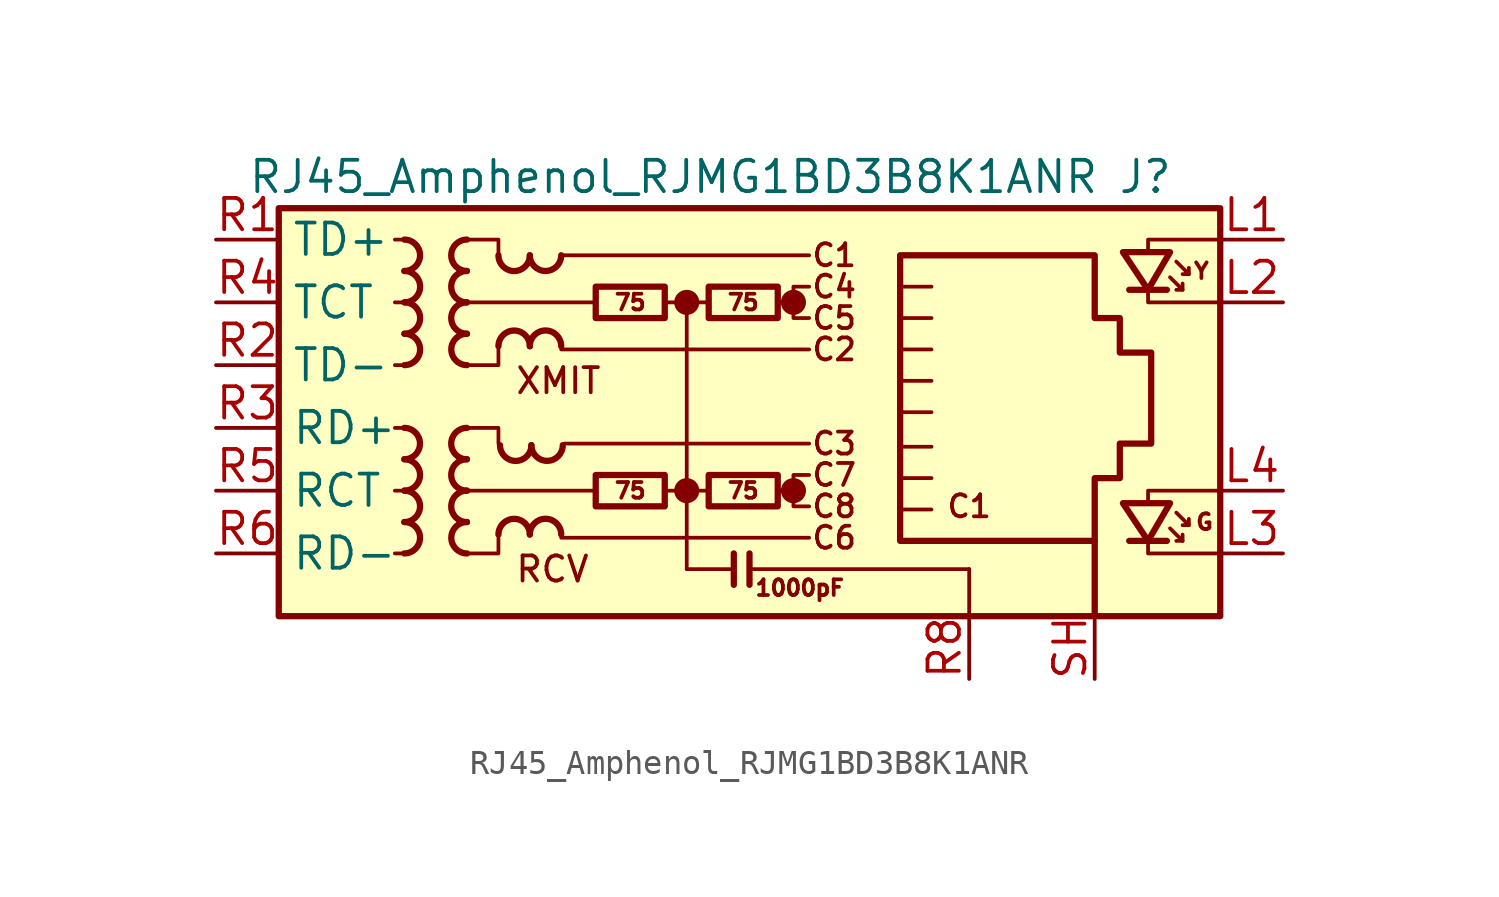
<source format=kicad_sym>
(kicad_symbol_lib
  (version 20241209)
  (generator "kicad_symbol_editor")
  (generator_version "9.0")
  (symbol "RJ45_Amphenol_RJMG1BD3B8K1ANR"
    (property "Reference" "J"
      (at 18.415 10.16 0)
      (effects (font (size 1.27 1.27)) (justify right)))
    (property "Value" "RJ45_Amphenol_RJMG1BD3B8K1ANR"
      (at -19.05 10.16 0)
      (effects (font (size 1.27 1.27)) (justify left)))
    (symbol "RJ45_Amphenol_RJMG1BD3B8K1ANR_0_0"
      (circle (center -1.27 5.08) (radius 0.0001) (stroke (width 0.508) (type default)) (fill (type none)))
      (polyline (pts (xy -1.27 5.08) (xy -1.27 -5.715)) (stroke (width 0) (type default)) (fill (type none)))
      (circle (center -1.27 -2.54) (radius 0.0001) (stroke (width 0.508) (type default)) (fill (type none)))
      (polyline (pts (xy 0.635 -5.08) (xy 0.635 -6.35)) (stroke (width 0.254) (type default)) (fill (type none)))
      (polyline (pts (xy 1.27 -5.08) (xy 1.27 -6.35)) (stroke (width 0.254) (type default)) (fill (type none)))
      (polyline (pts (xy 3.048 5.08) (xy 2.54 5.08)) (stroke (width 0) (type default)) (fill (type none)))
      (circle (center 3.048 5.08) (radius 0.0001) (stroke (width 0.508) (type default)) (fill (type none)))
      (polyline (pts (xy 3.048 -2.54) (xy 2.54 -2.54)) (stroke (width 0) (type default)) (fill (type none)))
      (circle (center 3.048 -2.54) (radius 0.0001) (stroke (width 0.508) (type default)) (fill (type none)))
      (polyline (pts (xy 3.683 5.715) (xy 3.048 5.715) (xy 3.048 4.445) (xy 3.683 4.445)) (stroke (width 0) (type default)) (fill (type none)))
      (polyline (pts (xy 3.683 -1.905) (xy 3.048 -1.905) (xy 3.048 -3.175) (xy 3.683 -3.175)) (stroke (width 0) (type default)) (fill (type none)))
      (polyline (pts (xy 17.399 7.112) (xy 17.399 7.62) (xy 20.32 7.62)) (stroke (width 0) (type default)) (fill (type none)))
      (polyline (pts (xy 17.399 -3.048) (xy 17.399 -2.54) (xy 20.32 -2.54)) (stroke (width 0) (type default)) (fill (type none)))
      (polyline (pts (xy 20.32 5.08) (xy 17.399 5.08) (xy 17.399 5.588)) (stroke (width 0) (type default)) (fill (type none)))
      (polyline (pts (xy 20.32 -5.08) (xy 17.399 -5.08) (xy 17.399 -4.572)) (stroke (width 0) (type default)) (fill (type none)))
      (text "XMIT" (at -8.255 1.905 0) (effects (font (size 1.016 1.016)) (justify left)))
      (text "RCV" (at -8.255 -5.715 0) (effects (font (size 1.016 1.016)) (justify left)))
      (text "C1" (at 4.699 6.985 0) (effects (font (size 0.889 0.889))))
      (text "C4" (at 4.699 5.715 0) (effects (font (size 0.889 0.889))))
      (text "C5" (at 4.699 4.445 0) (effects (font (size 0.889 0.889))))
      (text "C2" (at 4.699 3.175 0) (effects (font (size 0.889 0.889))))
      (text "C3" (at 4.699 -0.635 0) (effects (font (size 0.889 0.889))))
      (text "C7" (at 4.699 -1.905 0) (effects (font (size 0.889 0.889))))
      (text "C8" (at 4.699 -3.175 0) (effects (font (size 0.889 0.889))))
      (text "C6" (at 4.699 -4.445 0) (effects (font (size 0.889 0.889))))
      (text "C1" (at 10.16 -3.175 0) (effects (font (size 0.889 0.889)))))
    (symbol "RJ45_Amphenol_RJMG1BD3B8K1ANR_0_1"
      (rectangle (start -17.78 8.89) (end 20.32 -7.62) (stroke (width 0.254) (type default)) (fill (type background)))
      (polyline (pts (xy -12.7 7.62) (xy -13.081 7.62)) (stroke (width 0) (type default)) (fill (type none)))
      (polyline (pts (xy -12.7 5.08) (xy -13.081 5.08)) (stroke (width 0) (type default)) (fill (type none)))
      (polyline (pts (xy -12.7 2.54) (xy -13.081 2.54)) (stroke (width 0) (type default)) (fill (type none)))
      (polyline (pts (xy -12.7 0) (xy -13.081 0)) (stroke (width 0) (type default)) (fill (type none)))
      (polyline (pts (xy -12.7 -2.54) (xy -13.081 -2.54)) (stroke (width 0) (type default)) (fill (type none)))
      (polyline (pts (xy -12.7 -5.08) (xy -13.081 -5.08)) (stroke (width 0) (type default)) (fill (type none)))
      (polyline (pts (xy -10.16 7.62) (xy -8.89 7.62) (xy -8.89 6.985)) (stroke (width 0) (type default)) (fill (type none)))
      (polyline (pts (xy -10.16 0) (xy -8.89 0) (xy -8.89 -0.635)) (stroke (width 0) (type default)) (fill (type none)))
      (polyline (pts (xy -8.89 3.175) (xy -8.89 2.54) (xy -10.16 2.54)) (stroke (width 0) (type default)) (fill (type none)))
      (polyline (pts (xy -8.89 -4.445) (xy -8.89 -5.08) (xy -10.16 -5.08)) (stroke (width 0) (type default)) (fill (type none)))
      (polyline (pts (xy -6.35 6.985) (xy 3.683 6.985)) (stroke (width 0) (type default)) (fill (type none)))
      (polyline (pts (xy -6.35 3.175) (xy 3.683 3.175)) (stroke (width 0) (type default)) (fill (type none)))
      (polyline (pts (xy -6.35 -4.445) (xy 3.683 -4.445)) (stroke (width 0) (type default)) (fill (type none)))
      (polyline (pts (xy -6.223 -0.635) (xy 3.683 -0.635)) (stroke (width 0) (type default)) (fill (type none)))
      (polyline (pts (xy -5.08 -2.54) (xy -10.16 -2.54)) (stroke (width 0) (type default)) (fill (type none)))
      (polyline (pts (xy -4.953 5.08) (xy -10.16 5.08)) (stroke (width 0) (type default)) (fill (type none)))
      (polyline (pts (xy -2.159 5.08) (xy -0.381 5.08)) (stroke (width 0) (type default)) (fill (type none)))
      (polyline (pts (xy -2.159 -2.54) (xy -0.381 -2.54)) (stroke (width 0) (type default)) (fill (type none)))
      (polyline (pts (xy 0.635 -5.715) (xy -1.27 -5.715)) (stroke (width 0) (type default)) (fill (type none)))
      (polyline (pts (xy 7.366 3.175) (xy 8.636 3.175)) (stroke (width 0) (type default)) (fill (type none)))
      (polyline (pts (xy 7.366 1.905) (xy 8.636 1.905)) (stroke (width 0) (type default)) (fill (type none)))
      (polyline (pts (xy 7.366 0.635) (xy 8.636 0.635)) (stroke (width 0) (type default)) (fill (type none)))
      (polyline (pts (xy 7.366 -0.762) (xy 8.636 -0.762)) (stroke (width 0) (type default)) (fill (type none)))
      (polyline (pts (xy 7.366 -2.032) (xy 8.636 -2.032)) (stroke (width 0) (type default)) (fill (type none)))
      (polyline (pts (xy 8.636 5.715) (xy 7.366 5.715)) (stroke (width 0) (type default)) (fill (type none)))
      (polyline (pts (xy 8.636 4.445) (xy 7.366 4.445)) (stroke (width 0) (type default)) (fill (type none)))
      (polyline (pts (xy 8.636 -3.302) (xy 7.366 -3.302)) (stroke (width 0) (type default)) (fill (type none)))
      (polyline (pts (xy 10.16 -5.715) (xy 1.27 -5.715)) (stroke (width 0) (type default)) (fill (type none)))
      (polyline (pts (xy 10.16 -5.715) (xy 10.16 -7.62)) (stroke (width 0) (type default)) (fill (type none))))
    (symbol "RJ45_Amphenol_RJMG1BD3B8K1ANR_1_0"
      (text "1000pF" (at 3.302 -6.477 0) (effects (font (size 0.635 0.635)))))
    (symbol "RJ45_Amphenol_RJMG1BD3B8K1ANR_1_1"
      (arc (start -12.7 0) (mid -12.0677 -0.635) (end -12.7 -1.27) (stroke (width 0.254) (type default)) (fill (type none)))
      (arc (start -12.6973 7.62) (mid -12.065 6.985) (end -12.6973 6.35) (stroke (width 0.254) (type default)) (fill (type none)))
      (arc (start -12.6973 -1.27) (mid -12.065 -1.905) (end -12.6973 -2.54) (stroke (width 0.254) (type default)) (fill (type none)))
      (arc (start -12.6973 -2.54) (mid -12.065 -3.175) (end -12.6973 -3.81) (stroke (width 0.254) (type default)) (fill (type none)))
      (arc (start -12.6973 -3.81) (mid -12.065 -4.445) (end -12.6973 -5.08) (stroke (width 0.254) (type default)) (fill (type none)))
      (arc (start -12.6946 6.35) (mid -12.0623 5.715) (end -12.6946 5.08) (stroke (width 0.254) (type default)) (fill (type none)))
      (arc (start -12.6946 5.08) (mid -12.0623 4.445) (end -12.6946 3.81) (stroke (width 0.254) (type default)) (fill (type none)))
      (arc (start -12.6946 3.81) (mid -12.0623 3.175) (end -12.6946 2.54) (stroke (width 0.254) (type default)) (fill (type none)))
      (arc (start -10.1654 6.35) (mid -10.7977 6.985) (end -10.1654 7.62) (stroke (width 0.254) (type default)) (fill (type none)))
      (arc (start -10.1654 5.08) (mid -10.7977 5.715) (end -10.1654 6.35) (stroke (width 0.254) (type default)) (fill (type none)))
      (arc (start -10.1654 3.81) (mid -10.7977 4.445) (end -10.1654 5.08) (stroke (width 0.254) (type default)) (fill (type none)))
      (arc (start -10.1654 -1.27) (mid -10.7977 -0.635) (end -10.1654 0) (stroke (width 0.254) (type default)) (fill (type none)))
      (arc (start -10.1654 -2.54) (mid -10.7977 -1.905) (end -10.1654 -1.27) (stroke (width 0.254) (type default)) (fill (type none)))
      (arc (start -10.1654 -3.81) (mid -10.7977 -3.175) (end -10.1654 -2.54) (stroke (width 0.254) (type default)) (fill (type none)))
      (arc (start -10.1627 2.54) (mid -10.795 3.175) (end -10.1627 3.81) (stroke (width 0.254) (type default)) (fill (type none)))
      (arc (start -10.1627 -5.08) (mid -10.795 -4.445) (end -10.1627 -3.81) (stroke (width 0.254) (type default)) (fill (type none)))
      (arc (start -7.62 6.9823) (mid -8.255 6.35) (end -8.89 6.9823) (stroke (width 0.254) (type default)) (fill (type none)))
      (arc (start -8.89 3.3047) (mid -8.255 3.937) (end -7.62 3.3047) (stroke (width 0.254) (type default)) (fill (type none)))
      (arc (start -8.89 -4.3153) (mid -8.255 -3.683) (end -7.62 -4.3153) (stroke (width 0.254) (type default)) (fill (type none)))
      (arc (start -7.5565 -0.7012) (mid -8.1915 -1.3335) (end -8.8265 -0.7012) (stroke (width 0.254) (type default)) (fill (type none)))
      (arc (start -6.35 6.985) (mid -6.985 6.3527) (end -7.62 6.985) (stroke (width 0.254) (type default)) (fill (type none)))
      (arc (start -7.62 3.3074) (mid -6.985 3.9397) (end -6.35 3.3074) (stroke (width 0.254) (type default)) (fill (type none)))
      (arc (start -7.62 -4.3126) (mid -6.985 -3.6803) (end -6.35 -4.3126) (stroke (width 0.254) (type default)) (fill (type none)))
      (arc (start -6.2865 -0.6985) (mid -6.9215 -1.3308) (end -7.5565 -0.6985) (stroke (width 0.254) (type default)) (fill (type none)))
      (rectangle (start -4.953 5.715) (end -2.159 4.445) (stroke (width 0.254) (type default)) (fill (type none)))
      (rectangle (start -4.953 -1.905) (end -2.159 -3.175) (stroke (width 0.254) (type default)) (fill (type none)))
      (rectangle (start -0.381 5.715) (end 2.413 4.445) (stroke (width 0.254) (type default)) (fill (type none)))
      (rectangle (start -0.381 -1.905) (end 2.413 -3.175) (stroke (width 0.254) (type default)) (fill (type none)))
      (polyline (pts (xy 7.366 -4.572) (xy 7.366 6.985) (xy 15.24 6.985) (xy 15.24 4.445) (xy 16.256 4.445) (xy 16.256 3.048) (xy 17.526 3.048) (xy 17.526 -0.635) (xy 16.256 -0.635) (xy 16.256 -2.032) (xy 15.24 -2.032) (xy 15.24 -4.572) (xy 7.366 -4.572)) (stroke (width 0.254) (type default)) (fill (type none)))
      (polyline (pts (xy 15.24 -7.62) (xy 15.24 -4.572)) (stroke (width 0.254) (type default)) (fill (type none)))
      (polyline (pts (xy 18.161 5.588) (xy 16.637 5.588)) (stroke (width 0.254) (type default)) (fill (type none)))
      (polyline (pts (xy 18.161 -4.572) (xy 16.637 -4.572)) (stroke (width 0.254) (type default)) (fill (type none)))
      (polyline (pts (xy 18.288 7.112) (xy 16.383 7.112) (xy 17.399 5.588) (xy 18.288 7.112)) (stroke (width 0.254) (type default)) (fill (type none)))
      (polyline (pts (xy 18.288 6.096) (xy 18.796 5.588) (xy 18.542 5.588)) (stroke (width 0) (type default)) (fill (type none)))
      (polyline (pts (xy 18.288 -3.048) (xy 16.383 -3.048) (xy 17.399 -4.572) (xy 18.288 -3.048)) (stroke (width 0.254) (type default)) (fill (type none)))
      (polyline (pts (xy 18.288 -4.064) (xy 18.796 -4.572) (xy 18.542 -4.572)) (stroke (width 0) (type default)) (fill (type none)))
      (polyline (pts (xy 18.542 6.731) (xy 19.05 6.223) (xy 18.796 6.223)) (stroke (width 0) (type default)) (fill (type none)))
      (polyline (pts (xy 18.542 -3.429) (xy 19.05 -3.937) (xy 18.796 -3.937)) (stroke (width 0) (type default)) (fill (type none)))
      (polyline (pts (xy 18.796 5.588) (xy 18.796 5.842)) (stroke (width 0) (type default)) (fill (type none)))
      (polyline (pts (xy 18.796 -4.572) (xy 18.796 -4.318)) (stroke (width 0) (type default)) (fill (type none)))
      (polyline (pts (xy 19.05 6.223) (xy 19.05 6.477)) (stroke (width 0) (type default)) (fill (type none)))
      (polyline (pts (xy 19.05 -3.937) (xy 19.05 -3.683)) (stroke (width 0) (type default)) (fill (type none)))
      (text "75" (at -3.556 5.08 0) (effects (font (size 0.635 0.635))))
      (text "75" (at -3.556 -2.54 0) (effects (font (size 0.635 0.635))))
      (text "75" (at 1.016 5.08 0) (effects (font (size 0.635 0.635))))
      (text "75" (at 1.016 -2.54 0) (effects (font (size 0.635 0.635))))
      (text "Y" (at 19.558 6.35 0) (effects (font (size 0.635 0.635))))
      (text "G" (at 19.685 -3.81 0) (effects (font (size 0.635 0.635))))
      (pin passive line (at -20.32 7.62 0) (length 2.54) (name "TD+" (effects (font (size 1.27 1.27)))) (number "R1" (effects (font (size 1.27 1.27)))))
      (pin passive line (at -20.32 5.08 0) (length 2.54) (name "TCT" (effects (font (size 1.27 1.27)))) (number "R4" (effects (font (size 1.27 1.27)))))
      (pin passive line (at -20.32 2.54 0) (length 2.54) (name "TD-" (effects (font (size 1.27 1.27)))) (number "R2" (effects (font (size 1.27 1.27)))))
      (pin passive line (at -20.32 0 0) (length 2.54) (name "RD+" (effects (font (size 1.27 1.27)))) (number "R3" (effects (font (size 1.27 1.27)))))
      (pin passive line (at -20.32 -2.54 0) (length 2.54) (name "RCT" (effects (font (size 1.27 1.27)))) (number "R5" (effects (font (size 1.27 1.27)))))
      (pin passive line (at -20.32 -5.08 0) (length 2.54) (name "RD-" (effects (font (size 1.27 1.27)))) (number "R6" (effects (font (size 1.27 1.27)))))
      (pin power_in line (at 10.16 -10.16 90) (length 2.54) (name "" (effects (font (size 1.27 1.27)))) (number "R8" (effects (font (size 1.27 1.27)))))
      (pin passive line (at 15.24 -10.16 90) (length 2.54) (name "" (effects (font (size 1.27 1.27)))) (number "SH" (effects (font (size 1.27 1.27)))))
      (pin no_connect line (at 20.32 0 0) (length 0) (hide yes) (name "NC" (effects (font (size 1.27 1.27)))) (number "R7" (effects (font (size 1.27 1.27)))))
      (pin passive line (at 22.86 7.62 180) (length 2.54) (name "" (effects (font (size 1.27 1.27)))) (number "L1" (effects (font (size 1.27 1.27)))))
      (pin passive line (at 22.86 5.08 180) (length 2.54) (name "" (effects (font (size 1.27 1.27)))) (number "L2" (effects (font (size 1.27 1.27)))))
      (pin passive line (at 22.86 -2.54 180) (length 2.54) (name "" (effects (font (size 1.27 1.27)))) (number "L4" (effects (font (size 1.27 1.27)))))
      (pin passive line (at 22.86 -5.08 180) (length 2.54) (name "" (effects (font (size 1.27 1.27)))) (number "L3" (effects (font (size 1.27 1.27))))))))
</source>
